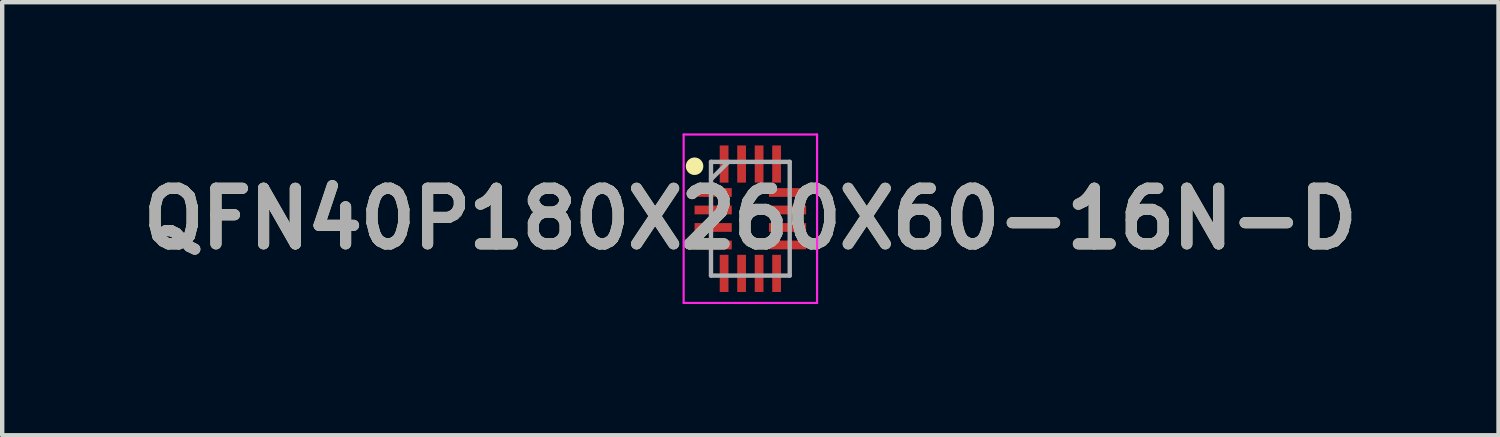
<source format=kicad_pcb>
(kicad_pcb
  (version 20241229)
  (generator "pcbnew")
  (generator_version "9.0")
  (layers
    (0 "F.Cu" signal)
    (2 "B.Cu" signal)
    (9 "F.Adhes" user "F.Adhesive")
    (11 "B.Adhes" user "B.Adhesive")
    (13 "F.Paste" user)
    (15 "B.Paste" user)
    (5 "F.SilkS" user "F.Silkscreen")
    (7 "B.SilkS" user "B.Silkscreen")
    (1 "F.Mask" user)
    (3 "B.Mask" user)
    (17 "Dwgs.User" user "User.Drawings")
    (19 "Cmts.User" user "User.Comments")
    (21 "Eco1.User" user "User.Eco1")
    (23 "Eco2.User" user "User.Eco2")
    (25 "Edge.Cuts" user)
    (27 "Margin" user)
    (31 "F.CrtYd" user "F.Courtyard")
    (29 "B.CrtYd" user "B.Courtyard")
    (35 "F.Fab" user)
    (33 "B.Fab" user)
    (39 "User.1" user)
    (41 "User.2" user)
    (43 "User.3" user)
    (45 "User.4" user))
  (footprint "QFN40P180X260X60-16N-D"
    (layer "F.Cu")
    (at 14.103 1.95)
    (property "Reference" "QFN40P180X260X60-16N-D" (at 0 0 0) (layer "F.SilkS") (effects (font (size 1.27 1.27) (thickness 0.254))))
    (attr smd)
    (fp_circle (center -1.275 -1.2) (end -1.275 -1.1) (stroke (width 0.2) (type solid)) (fill no) (layer "F.SilkS"))
    (fp_line (start -1.525 -1.925) (end 1.525 -1.925) (stroke (width 0.05) (type solid)) (layer "F.CrtYd"))
    (fp_line (start -1.525 1.925) (end -1.525 -1.925) (stroke (width 0.05) (type solid)) (layer "F.CrtYd"))
    (fp_line (start 1.525 -1.925) (end 1.525 1.925) (stroke (width 0.05) (type solid)) (layer "F.CrtYd"))
    (fp_line (start 1.525 1.925) (end -1.525 1.925) (stroke (width 0.05) (type solid)) (layer "F.CrtYd"))
    (fp_line (start -0.9 -1.3) (end 0.9 -1.3) (stroke (width 0.1) (type solid)) (layer "F.Fab"))
    (fp_line (start -0.9 -0.9) (end -0.5 -1.3) (stroke (width 0.1) (type solid)) (layer "F.Fab"))
    (fp_line (start -0.9 1.3) (end -0.9 -1.3) (stroke (width 0.1) (type solid)) (layer "F.Fab"))
    (fp_line (start 0.9 -1.3) (end 0.9 1.3) (stroke (width 0.1) (type solid)) (layer "F.Fab"))
    (fp_line (start 0.9 1.3) (end -0.9 1.3) (stroke (width 0.1) (type solid)) (layer "F.Fab"))
    (fp_text user "${REFERENCE}" (at 0 0 0) (layer "F.Fab") (effects (font (size 1.27 1.27) (thickness 0.254))))
    (pad "1" smd rect (at -0.85 -0.6 90) (size 0.2 0.85) (layers "F.Cu" "F.Mask" "F.Paste"))
    (pad "2" smd rect (at -0.85 -0.2 90) (size 0.2 0.85) (layers "F.Cu" "F.Mask" "F.Paste"))
    (pad "3" smd rect (at -0.85 0.2 90) (size 0.2 0.85) (layers "F.Cu" "F.Mask" "F.Paste"))
    (pad "4" smd rect (at -0.85 0.6 90) (size 0.2 0.85) (layers "F.Cu" "F.Mask" "F.Paste"))
    (pad "5" smd rect (at -0.6 1.25) (size 0.2 0.85) (layers "F.Cu" "F.Mask" "F.Paste"))
    (pad "6" smd rect (at -0.2 1.25) (size 0.2 0.85) (layers "F.Cu" "F.Mask" "F.Paste"))
    (pad "7" smd rect (at 0.2 1.25) (size 0.2 0.85) (layers "F.Cu" "F.Mask" "F.Paste"))
    (pad "8" smd rect (at 0.6 1.25) (size 0.2 0.85) (layers "F.Cu" "F.Mask" "F.Paste"))
    (pad "9" smd rect (at 0.85 0.6 90) (size 0.2 0.85) (layers "F.Cu" "F.Mask" "F.Paste"))
    (pad "10" smd rect (at 0.85 0.2 90) (size 0.2 0.85) (layers "F.Cu" "F.Mask" "F.Paste"))
    (pad "11" smd rect (at 0.85 -0.2 90) (size 0.2 0.85) (layers "F.Cu" "F.Mask" "F.Paste"))
    (pad "12" smd rect (at 0.85 -0.6 90) (size 0.2 0.85) (layers "F.Cu" "F.Mask" "F.Paste"))
    (pad "13" smd rect (at 0.6 -1.25) (size 0.2 0.85) (layers "F.Cu" "F.Mask" "F.Paste"))
    (pad "14" smd rect (at 0.2 -1.25) (size 0.2 0.85) (layers "F.Cu" "F.Mask" "F.Paste"))
    (pad "15" smd rect (at -0.2 -1.25) (size 0.2 0.85) (layers "F.Cu" "F.Mask" "F.Paste"))
    (pad "16" smd rect (at -0.6 -1.25) (size 0.2 0.85) (layers "F.Cu" "F.Mask" "F.Paste")))
  (gr_rect
    (start -3 -3)
    (end 31.206 6.9)
    (stroke (width 0.1) (type default))
    (fill no)
    (layer "Edge.Cuts")))
</source>
